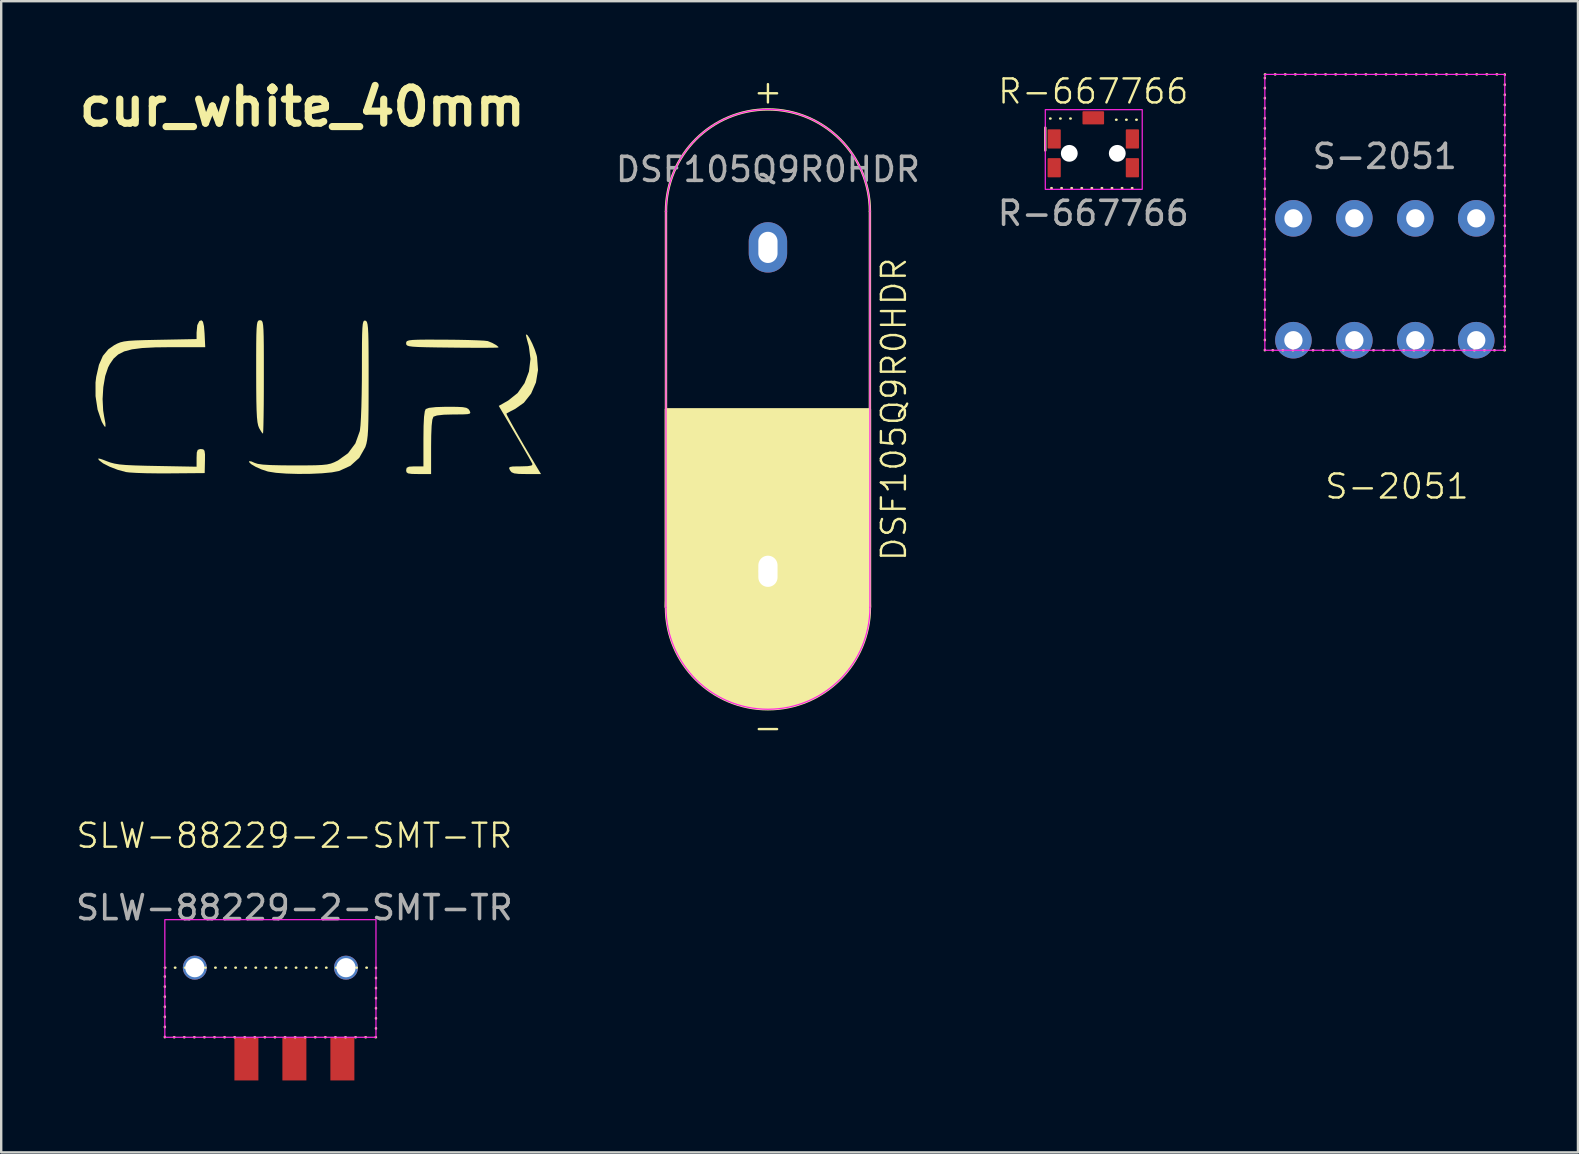
<source format=kicad_pcb>
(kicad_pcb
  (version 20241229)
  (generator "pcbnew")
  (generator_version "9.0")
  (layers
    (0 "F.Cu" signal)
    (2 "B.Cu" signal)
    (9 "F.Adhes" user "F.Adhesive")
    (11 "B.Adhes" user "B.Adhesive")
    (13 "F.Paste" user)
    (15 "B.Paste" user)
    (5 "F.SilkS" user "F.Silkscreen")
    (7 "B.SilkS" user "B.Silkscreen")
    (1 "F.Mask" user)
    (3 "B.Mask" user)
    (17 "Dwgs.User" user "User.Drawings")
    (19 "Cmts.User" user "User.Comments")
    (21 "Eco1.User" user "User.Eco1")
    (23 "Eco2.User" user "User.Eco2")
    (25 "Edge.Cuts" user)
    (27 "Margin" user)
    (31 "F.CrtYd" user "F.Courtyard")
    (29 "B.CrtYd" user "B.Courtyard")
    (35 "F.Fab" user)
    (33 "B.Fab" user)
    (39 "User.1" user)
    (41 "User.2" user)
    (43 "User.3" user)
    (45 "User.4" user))
  (footprint "S-2051"
    (layer "F.Cu")
    (at 54.668 6.05)
    (property "Reference" "S-2051" (at 0.508 11.176 0) (unlocked yes) (layer "F.SilkS") (effects (font (size 1 1) (thickness 0.1))))
    (attr through_hole)
    (fp_rect (start -5 -6) (end 5 5.5) (stroke (width 0.1) (type dot)) (fill no) (layer "F.SilkS"))
    (fp_rect (start -5 -6) (end 5 5.5) (stroke (width 0.05) (type default)) (fill no) (layer "F.CrtYd"))
    (fp_text user "${REFERENCE}" (at 0 -2.58 0) (unlocked yes) (layer "F.Fab") (effects (font (size 1 1) (thickness 0.15))))
    (pad "1" thru_hole circle (at -3.81 0) (size 1.524 1.524) (drill 0.762) (layers "*.Cu" "*.Mask"))
    (pad "2" thru_hole circle (at -1.27 0) (size 1.524 1.524) (drill 0.762) (layers "*.Cu" "*.Mask"))
    (pad "3" thru_hole circle (at 1.27 0) (size 1.524 1.524) (drill 0.762) (layers "*.Cu" "*.Mask"))
    (pad "4" thru_hole circle (at 3.81 0) (size 1.524 1.524) (drill 0.762) (layers "*.Cu" "*.Mask"))
    (pad "5" thru_hole circle (at -3.81 5.08) (size 1.524 1.524) (drill 0.762) (layers "*.Cu" "*.Mask"))
    (pad "5" thru_hole circle (at -1.27 5.08) (size 1.524 1.524) (drill 0.762) (layers "*.Cu" "*.Mask"))
    (pad "5" thru_hole circle (at 1.27 5.08 90) (size 1.524 1.524) (drill 0.762) (layers "*.Cu" "*.Mask"))
    (pad "5" thru_hole circle (at 3.81 5.08) (size 1.524 1.524) (drill 0.762) (layers "*.Cu" "*.Mask")))
  (footprint "R-667766"
    (layer "F.Cu")
    (at 42.517 3.341)
    (property "Reference" "R-667766" (at 0 -2.58 0) (unlocked yes) (layer "F.SilkS") (effects (font (size 1 1) (thickness 0.1))))
    (attr smd)
    (fp_line (start -2 -1.07) (end -2 -0.12) (stroke (width 0.1) (type default)) (layer "F.SilkS"))
    (fp_line (start -1.8 -1.45) (end -0.6 -1.45) (stroke (width 0.1) (type dot)) (layer "F.SilkS"))
    (fp_line (start -1.75 1.45) (end 1.85 1.45) (stroke (width 0.1) (type dot)) (layer "F.SilkS"))
    (fp_line (start 0.95 -1.4) (end 2.15 -1.4) (stroke (width 0.1) (type dot)) (layer "F.SilkS"))
    (fp_rect (start -2 -1.82) (end 2.04 1.5) (stroke (width 0.05) (type default)) (fill no) (layer "F.CrtYd"))
    (fp_text user "${REFERENCE}" (at 0 2.5 0) (unlocked yes) (layer "F.Fab") (effects (font (size 1 1) (thickness 0.15))))
    (pad "" np_thru_hole circle (at -1 0) (size 0.7 0.7) (drill 0.7) (layers "*.Cu" "*.Mask"))
    (pad "" np_thru_hole circle (at 1 0) (size 0.7 0.7) (drill 0.7) (layers "*.Cu" "*.Mask"))
    (pad "1" smd roundrect (at -1.63 0.6 90) (size 0.8 0.55) (layers "F.Cu" "F.Mask" "F.Paste") (roundrect_rratio 0.066))
    (pad "2" smd roundrect (at 0 -1.48) (size 0.9 0.55) (layers "F.Cu" "F.Mask" "F.Paste") (roundrect_rratio 0.066))
    (pad "2" smd roundrect (at 1.63 -0.6 90) (size 0.8 0.55) (layers "F.Cu" "F.Mask" "F.Paste") (roundrect_rratio 0.066))
    (pad "2" smd roundrect (at 1.63 0.6 90) (size 0.8 0.55) (layers "F.Cu" "F.Mask" "F.Paste") (roundrect_rratio 0.066))
    (pad "SH" smd roundrect (at -1.63 -0.6 90) (size 0.8 0.55) (layers "F.Cu" "F.Mask" "F.Paste") (roundrect_rratio 0.066)))
  (footprint "DSF105Q9R0HDR"
    (layer "F.Cu")
    (at 28.957 14.011)
    (property "Reference" "DSF105Q9R0HDR" (at 5.25 0 90) (unlocked yes) (layer "F.SilkS") (effects (font (size 1 1) (thickness 0.1))))
    (attr through_hole)
    (fp_line (start -4.25 -8.25) (end -4.25 8.25) (stroke (width 0.1) (type default)) (layer "F.SilkS"))
    (fp_line (start 4.25 8.25) (end 4.25 -8.25) (stroke (width 0.1) (type default)) (layer "F.SilkS"))
    (fp_rect (start -4.25 0) (end 4.25 8.25) (stroke (width 0.1) (type solid)) (fill yes) (layer "F.SilkS"))
    (fp_arc (start -4.25 -8.25) (mid 0 -12.5) (end 4.25 -8.25) (stroke (width 0.1) (type default)) (layer "F.SilkS"))
    (fp_circle (center 0 8.25) (end 4.25 8.25) (stroke (width 0.1) (type solid)) (fill yes) (layer "F.SilkS"))
    (fp_line (start -4.25 -8.25) (end -4.25 8.25) (stroke (width 0.05) (type default)) (layer "F.CrtYd"))
    (fp_line (start 4.25 -8.25) (end 4.25 8.25) (stroke (width 0.05) (type default)) (layer "F.CrtYd"))
    (fp_arc (start -4.25 -8.25) (mid 0 -12.5) (end 4.25 -8.25) (stroke (width 0.05) (type default)) (layer "F.CrtYd"))
    (fp_arc (start 4.25 8.25) (mid 0 12.5) (end -4.25 8.25) (stroke (width 0.05) (type default)) (layer "F.CrtYd"))
    (fp_text user "+" (at 0 -13.25 0) (unlocked yes) (layer "F.SilkS") (effects (font (size 1 1) (thickness 0.1))))
    (fp_text user "-" (at 0 13.25 0) (unlocked yes) (layer "F.SilkS") (effects (font (size 1 1) (thickness 0.1))))
    (fp_text user "${REFERENCE}" (at 0 -10 0) (unlocked yes) (layer "F.Fab") (effects (font (size 1 1) (thickness 0.15))))
    (pad "1" thru_hole oval (at 0 -6.75) (size 1.6 2.1) (drill oval 0.8 1.3) (layers "*.Cu" "*.Mask"))
    (pad "2" thru_hole circle (at 0 6.75) (size 1.524 1.524) (drill 0.762) (layers "*.Cu" "*.Mask"))
    (pad "2" thru_hole oval (at 0 6.75) (size 1.6 2.1) (drill oval 0.8 1.3) (layers "*.Cu" "*.Mask")))
  (footprint "cur_white_40mm"
    (layer "F.Cu")
    (at 9.55 1.404)
    (property "Reference" "cur_white_40mm" (at 0 0 0) (layer "F.SilkS") (effects (font (size 1.5 1.5) (thickness 0.3))))
    (attr board_only exclude_from_pos_files exclude_from_bom)
    (fp_poly (pts (xy 5.644 9.702) (xy 5.949 9.703) (xy 6.452 9.708) (xy 6.908 9.717) (xy 7.29 9.73) (xy 7.57 9.744) (xy 7.721 9.761) (xy 7.732 9.763) (xy 7.919 9.839) (xy 8.081 9.929) (xy 8.172 10.004) (xy 8.172 10.03) (xy 8.084 10.036) (xy 7.859 10.04) (xy 7.518 10.042) (xy 7.086 10.041) (xy 6.583 10.038) (xy 6.23 10.034) (xy 5.63 10.027) (xy 5.171 10.019) (xy 4.835 10.009) (xy 4.603 9.995) (xy 4.454 9.975) (xy 4.372 9.947) (xy 4.335 9.91) (xy 4.327 9.862) (xy 4.327 9.854) (xy 4.333 9.8) (xy 4.366 9.761) (xy 4.446 9.733) (xy 4.593 9.715) (xy 4.828 9.705) (xy 5.172 9.701)) (stroke (width 0) (type solid)) (fill yes) (layer "F.SilkS"))
    (fp_poly (pts (xy -4.128 14.274) (xy -4.076 14.334) (xy -4.056 14.479) (xy -4.057 14.746) (xy -4.058 14.763) (xy -4.069 15.264) (xy -5.54 15.276) (xy -6.036 15.276) (xy -6.499 15.27) (xy -6.898 15.257) (xy -7.198 15.239) (xy -7.35 15.221) (xy -7.687 15.13) (xy -8.021 15.002) (xy -8.301 14.86) (xy -8.476 14.725) (xy -8.478 14.722) (xy -8.51 14.661) (xy -8.444 14.662) (xy -8.258 14.726) (xy -8.158 14.766) (xy -7.995 14.825) (xy -7.824 14.869) (xy -7.617 14.903) (xy -7.348 14.927) (xy -6.992 14.944) (xy -6.522 14.958) (xy -6.07 14.967) (xy -4.407 14.998) (xy -4.407 14.63) (xy -4.398 14.404) (xy -4.358 14.296) (xy -4.266 14.263) (xy -4.227 14.262)) (stroke (width 0) (type solid)) (fill yes) (layer "F.SilkS"))
    (fp_poly (pts (xy -1.717 8.899) (xy -1.681 8.924) (xy -1.653 8.988) (xy -1.633 9.106) (xy -1.619 9.296) (xy -1.61 9.575) (xy -1.605 9.96) (xy -1.603 10.468) (xy -1.603 11.116) (xy -1.603 11.258) (xy -1.604 11.855) (xy -1.607 12.396) (xy -1.613 12.863) (xy -1.62 13.234) (xy -1.628 13.491) (xy -1.637 13.614) (xy -1.641 13.621) (xy -1.699 13.558) (xy -1.791 13.404) (xy -1.801 13.385) (xy -1.839 13.286) (xy -1.869 13.141) (xy -1.891 12.931) (xy -1.906 12.637) (xy -1.916 12.241) (xy -1.921 11.723) (xy -1.923 11.066) (xy -1.923 11.021) (xy -1.923 10.383) (xy -1.921 9.887) (xy -1.916 9.516) (xy -1.906 9.251) (xy -1.891 9.074) (xy -1.869 8.968) (xy -1.838 8.915) (xy -1.798 8.896) (xy -1.763 8.894)) (stroke (width 0) (type solid)) (fill yes) (layer "F.SilkS"))
    (fp_poly (pts (xy 6.438 12.503) (xy 6.685 12.515) (xy 6.836 12.543) (xy 6.921 12.591) (xy 6.971 12.66) (xy 7.003 12.735) (xy 6.985 12.782) (xy 6.889 12.807) (xy 6.69 12.818) (xy 6.36 12.82) (xy 6.309 12.82) (xy 5.898 12.831) (xy 5.612 12.863) (xy 5.468 12.913) (xy 5.465 12.916) (xy 5.42 13.035) (xy 5.39 13.294) (xy 5.373 13.699) (xy 5.368 14.158) (xy 5.368 15.304) (xy 4.848 15.304) (xy 4.566 15.299) (xy 4.409 15.277) (xy 4.341 15.226) (xy 4.327 15.144) (xy 4.35 15.044) (xy 4.448 14.996) (xy 4.661 14.984) (xy 4.687 14.984) (xy 5.048 14.984) (xy 5.048 13.838) (xy 5.054 13.304) (xy 5.073 12.922) (xy 5.106 12.686) (xy 5.144 12.596) (xy 5.282 12.545) (xy 5.568 12.513) (xy 5.994 12.5) (xy 6.063 12.5)) (stroke (width 0) (type solid)) (fill yes) (layer "F.SilkS"))
    (fp_poly (pts (xy -4.141 8.954) (xy -4.098 9.143) (xy -4.073 9.455) (xy -4.046 10.016) (xy -5.449 10.016) (xy -6.131 10.024) (xy -6.674 10.052) (xy -7.098 10.106) (xy -7.425 10.194) (xy -7.673 10.32) (xy -7.865 10.493) (xy -8.02 10.718) (xy -8.094 10.859) (xy -8.215 11.22) (xy -8.294 11.679) (xy -8.324 12.177) (xy -8.3 12.656) (xy -8.262 12.895) (xy -8.207 13.189) (xy -8.202 13.33) (xy -8.247 13.319) (xy -8.341 13.156) (xy -8.369 13.097) (xy -8.533 12.617) (xy -8.618 12.058) (xy -8.619 11.488) (xy -8.59 11.252) (xy -8.476 10.751) (xy -8.312 10.378) (xy -8.083 10.103) (xy -7.846 9.937) (xy -7.715 9.867) (xy -7.586 9.815) (xy -7.433 9.778) (xy -7.23 9.752) (xy -6.95 9.734) (xy -6.567 9.721) (xy -6.055 9.71) (xy -5.949 9.708) (xy -4.407 9.678) (xy -4.407 9.413) (xy -4.378 9.099) (xy -4.292 8.927) (xy -4.205 8.894)) (stroke (width 0) (type solid)) (fill yes) (layer "F.SilkS"))
    (fp_poly (pts (xy 9.383 9.512) (xy 9.478 9.654) (xy 9.586 9.868) (xy 9.689 10.114) (xy 9.766 10.352) (xy 9.783 10.428) (xy 9.824 10.968) (xy 9.738 11.486) (xy 9.537 11.951) (xy 9.234 12.334) (xy 8.875 12.587) (xy 8.669 12.693) (xy 8.533 12.767) (xy 8.507 12.784) (xy 8.536 12.857) (xy 8.636 13.047) (xy 8.794 13.332) (xy 8.998 13.69) (xy 9.235 14.101) (xy 9.495 14.543) (xy 9.764 14.996) (xy 9.792 15.044) (xy 9.949 15.304) (xy 9.344 15.304) (xy 9.027 15.299) (xy 8.831 15.276) (xy 8.72 15.228) (xy 8.654 15.145) (xy 8.654 15.144) (xy 8.618 15.059) (xy 8.646 15.011) (xy 8.767 14.989) (xy 9.01 14.984) (xy 9.1 14.984) (xy 9.397 14.975) (xy 9.555 14.947) (xy 9.595 14.895) (xy 9.591 14.883) (xy 9.539 14.784) (xy 9.419 14.571) (xy 9.246 14.271) (xy 9.036 13.908) (xy 8.869 13.624) (xy 8.188 12.464) (xy 8.58 12.241) (xy 8.97 11.93) (xy 9.263 11.516) (xy 9.446 11.031) (xy 9.51 10.507) (xy 9.441 9.975) (xy 9.427 9.926) (xy 9.362 9.69) (xy 9.324 9.528) (xy 9.32 9.483)) (stroke (width 0) (type solid)) (fill yes) (layer "F.SilkS"))
    (fp_poly (pts (xy 2.624 8.909) (xy 2.664 8.927) (xy 2.695 8.973) (xy 2.719 9.065) (xy 2.737 9.219) (xy 2.75 9.453) (xy 2.758 9.782) (xy 2.762 10.225) (xy 2.764 10.797) (xy 2.764 11.379) (xy 2.763 12.086) (xy 2.76 12.652) (xy 2.753 13.096) (xy 2.742 13.437) (xy 2.725 13.696) (xy 2.701 13.89) (xy 2.671 14.04) (xy 2.632 14.164) (xy 2.623 14.188) (xy 2.372 14.629) (xy 2.006 14.96) (xy 1.532 15.176) (xy 1.528 15.177) (xy 1.231 15.234) (xy 0.819 15.273) (xy 0.337 15.295) (xy -0.173 15.299) (xy -0.665 15.285) (xy -1.095 15.253) (xy -1.419 15.202) (xy -1.454 15.193) (xy -1.712 15.107) (xy -1.951 14.999) (xy -2.134 14.89) (xy -2.222 14.802) (xy -2.217 14.77) (xy -2.127 14.776) (xy -1.99 14.837) (xy -1.862 14.879) (xy -1.639 14.91) (xy -1.303 14.93) (xy -0.838 14.941) (xy -0.359 14.944) (xy 0.159 14.943) (xy 0.544 14.938) (xy 0.826 14.925) (xy 1.031 14.903) (xy 1.19 14.867) (xy 1.329 14.814) (xy 1.477 14.742) (xy 1.484 14.739) (xy 1.906 14.436) (xy 2.212 14.026) (xy 2.393 13.521) (xy 2.403 13.47) (xy 2.425 13.271) (xy 2.445 12.94) (xy 2.462 12.502) (xy 2.474 11.987) (xy 2.482 11.42) (xy 2.484 10.96) (xy 2.485 10.329) (xy 2.487 9.841) (xy 2.493 9.477) (xy 2.504 9.22) (xy 2.52 9.052) (xy 2.543 8.956) (xy 2.574 8.914) (xy 2.615 8.908)) (stroke (width 0) (type solid)) (fill yes) (layer "F.SilkS")))
  (footprint "SLW-88229-2-SMT-TR"
    (layer "F.Cu")
    (at 9.22 32.282)
    (property "Reference" "SLW-88229-2-SMT-TR" (at 0 -0.5 0) (unlocked yes) (layer "F.SilkS") (effects (font (size 1 1) (thickness 0.1))))
    (attr smd)
    (fp_rect (start -5.4 5) (end 3.4 7.9) (stroke (width 0.1) (type dot)) (fill no) (layer "F.SilkS"))
    (fp_rect (start -5.4 3) (end 3.4 7.9) (stroke (width 0.05) (type default)) (fill no) (layer "F.CrtYd"))
    (fp_text user "${REFERENCE}" (at 0 2.5 0) (unlocked yes) (layer "F.Fab") (effects (font (size 1 1) (thickness 0.15))))
    (pad "" thru_hole circle (at -4.15 5) (size 1 1) (drill 0.8) (layers "*.Cu" "*.Mask"))
    (pad "" thru_hole circle (at 2.15 5) (size 1 1) (drill 0.8) (layers "*.Cu" "*.Mask"))
    (pad "1" smd rect (at -2 8.8) (size 1 1.8) (layers "F.Cu" "F.Mask" "F.Paste"))
    (pad "2" smd rect (at 0 8.8) (size 1 1.8) (layers "F.Cu" "F.Mask" "F.Paste"))
    (pad "3" smd rect (at 2 8.8) (size 1 1.8) (layers "F.Cu" "F.Mask" "F.Paste")))
  (gr_rect
    (start -3 -3)
    (end 62.718 44.981)
    (stroke (width 0.1) (type default))
    (fill no)
    (layer "Edge.Cuts")))
</source>
